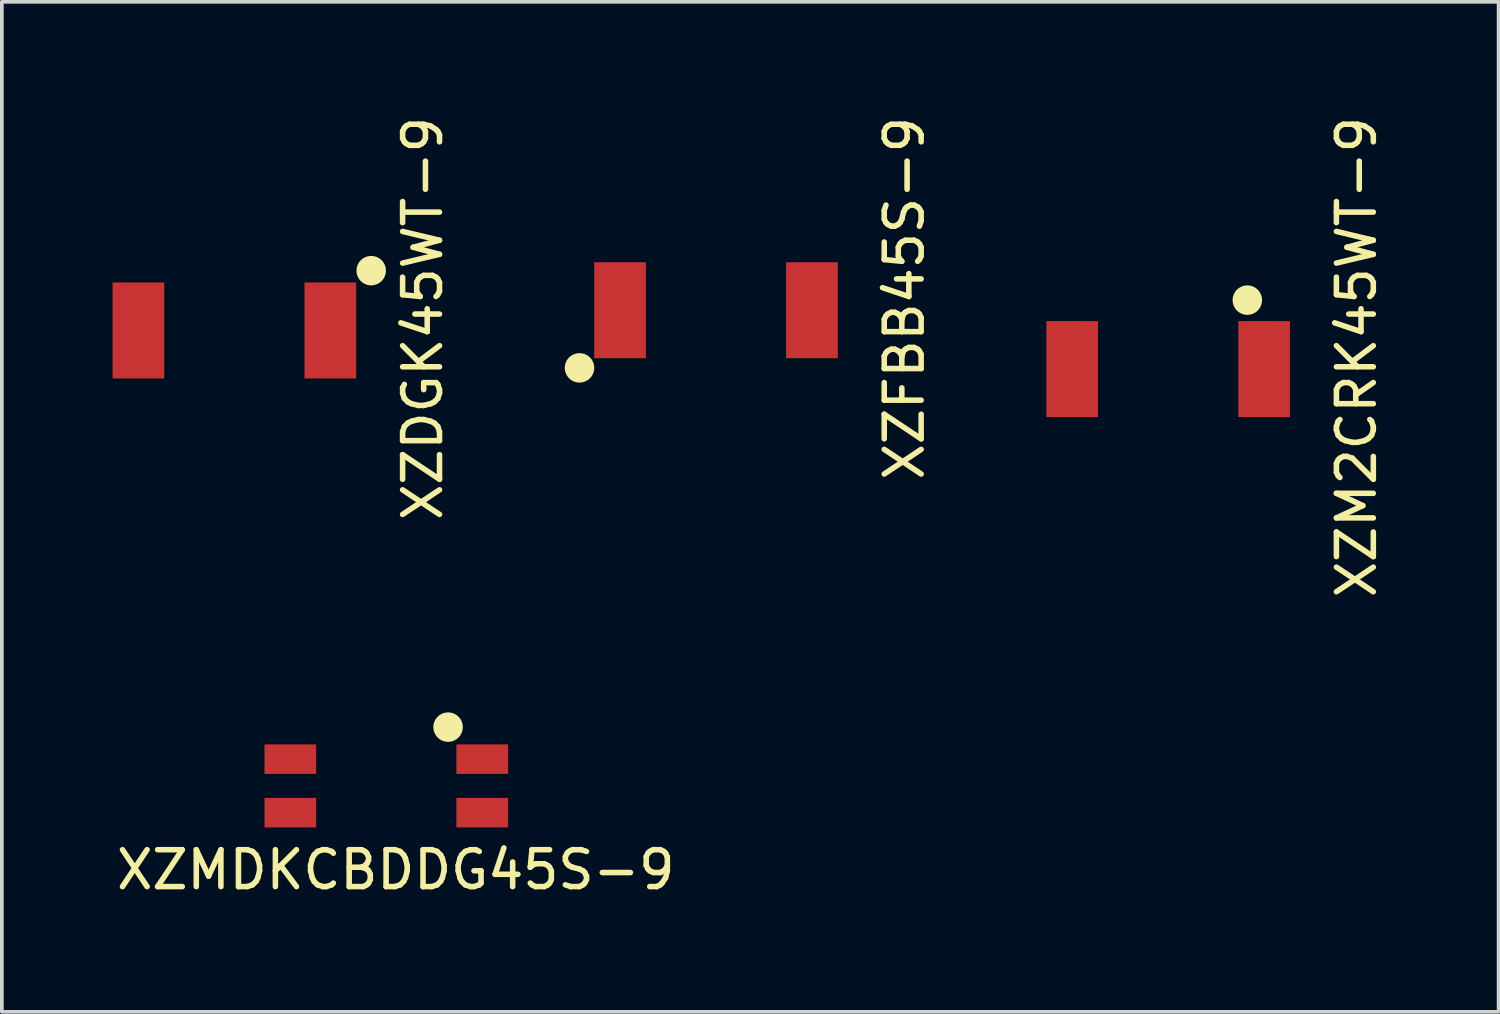
<source format=kicad_pcb>
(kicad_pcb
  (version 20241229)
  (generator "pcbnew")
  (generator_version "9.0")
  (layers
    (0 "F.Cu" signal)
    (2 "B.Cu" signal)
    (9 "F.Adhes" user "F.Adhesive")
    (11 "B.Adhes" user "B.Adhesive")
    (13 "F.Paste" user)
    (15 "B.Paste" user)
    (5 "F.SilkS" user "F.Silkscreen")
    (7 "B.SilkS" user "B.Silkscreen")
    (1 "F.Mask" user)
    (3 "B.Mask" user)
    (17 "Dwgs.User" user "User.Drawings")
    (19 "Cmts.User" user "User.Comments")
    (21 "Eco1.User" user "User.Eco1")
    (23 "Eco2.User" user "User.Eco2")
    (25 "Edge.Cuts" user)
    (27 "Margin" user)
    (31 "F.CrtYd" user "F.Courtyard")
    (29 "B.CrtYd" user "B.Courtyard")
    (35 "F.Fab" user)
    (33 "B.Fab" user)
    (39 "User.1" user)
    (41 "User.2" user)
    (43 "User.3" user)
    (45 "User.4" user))
  (footprint "XZMDKCBDDG45S-9"
    (layer "F.Cu")
    (at 7.416 18.243)
    (property "Reference" "XZMDKCBDDG45S-9" (at 0.257 2.273 0) (layer "F.SilkS") (effects (font (size 1 1) (thickness 0.15))))
    (attr through_hole)
    (fp_circle (center 0 0) (end 0.8 0) (stroke (width 1.6) (type solid)) (fill no) (layer "F.Mask"))
    (fp_circle (center 1.674 -1.593) (end 1.874 -1.593) (stroke (width 0.4) (type solid)) (fill no) (layer "F.SilkS"))
    (pad "1" smd rect (at 2.6 -0.725) (size 1.4 0.8) (layers "F.Cu" "F.Mask" "F.Paste"))
    (pad "2" smd rect (at -2.6 -0.725) (size 1.4 0.8) (layers "F.Cu" "F.Mask" "F.Paste"))
    (pad "3" smd rect (at -2.6 0.725) (size 1.4 0.8) (layers "F.Cu" "F.Mask" "F.Paste"))
    (pad "4" smd rect (at 2.6 0.725) (size 1.4 0.8) (layers "F.Cu" "F.Mask" "F.Paste")))
  (footprint "XZFBB45S-9"
    (layer "F.Cu")
    (at 16.349 5.355)
    (property "Reference" "XZFBB45S-9" (at 5.103 -0.325 270) (layer "F.SilkS") (effects (font (size 1 1) (thickness 0.15))))
    (attr through_hole)
    (fp_circle (center -0.015 0.142) (end 0.785 0.142) (stroke (width 1.6) (type solid)) (fill no) (layer "F.Mask"))
    (fp_circle (center -3.698 1.562) (end -3.498 1.562) (stroke (width 0.4) (type solid)) (fill no) (layer "F.SilkS"))
    (pad "1" smd rect (at -2.6 0) (size 1.4 2.6) (layers "F.Cu" "F.Mask" "F.Paste"))
    (pad "2" smd rect (at 2.6 0) (size 1.4 2.6) (layers "F.Cu" "F.Mask" "F.Paste")))
  (footprint "XZDGK45WT-9"
    (layer "F.Cu")
    (at 3.3 5.903)
    (property "Reference" "XZDGK45WT-9" (at 5.103 -0.325 270) (layer "F.SilkS") (effects (font (size 1 1) (thickness 0.15))))
    (attr through_hole)
    (fp_circle (center -0.015 0.142) (end 0.785 0.142) (stroke (width 1.6) (type solid)) (fill no) (layer "F.Mask"))
    (fp_circle (center 3.707 -1.62) (end 3.907 -1.62) (stroke (width 0.4) (type solid)) (fill no) (layer "F.SilkS"))
    (pad "1" smd rect (at -2.6 0) (size 1.4 2.6) (layers "F.Cu" "F.Mask" "F.Paste"))
    (pad "2" smd rect (at 2.6 0) (size 1.4 2.6) (layers "F.Cu" "F.Mask" "F.Paste")))
  (footprint "XZM2CRK45WT-9"
    (layer "F.Cu")
    (at 28.6 6.95)
    (property "Reference" "XZM2CRK45WT-9" (at 5.103 -0.325 270) (layer "F.SilkS") (effects (font (size 1 1) (thickness 0.15))))
    (attr through_hole)
    (fp_circle (center -0.015 0.142) (end 0.785 0.142) (stroke (width 1.6) (type solid)) (fill no) (layer "F.Mask"))
    (fp_circle (center 2.144 -1.869) (end 2.344 -1.869) (stroke (width 0.4) (type solid)) (fill no) (layer "F.SilkS"))
    (pad "1" smd rect (at -2.6 0) (size 1.4 2.6) (layers "F.Cu" "F.Mask" "F.Paste"))
    (pad "2" smd rect (at 2.6 0) (size 1.4 2.6) (layers "F.Cu" "F.Mask" "F.Paste"))
    (zone (net_name "") (layer "F.Cu") (hatch edge 0.508) (connect_pads) (min_thickness 0.254) (filled_areas_thickness no) (keepout (tracks not_allowed) (vias not_allowed) (pads not_allowed) (copperpour not_allowed) (footprints allowed)) (placement (enabled no)) (fill) (polygon (pts (xy 30.304 8.695) (xy 26.944 8.655) (xy 26.93 5.435) (xy 30.339 5.453)))))
  (gr_rect
    (start -3 -3)
    (end 37.552 24.364)
    (stroke (width 0.1) (type default))
    (fill no)
    (layer "Edge.Cuts")))
</source>
